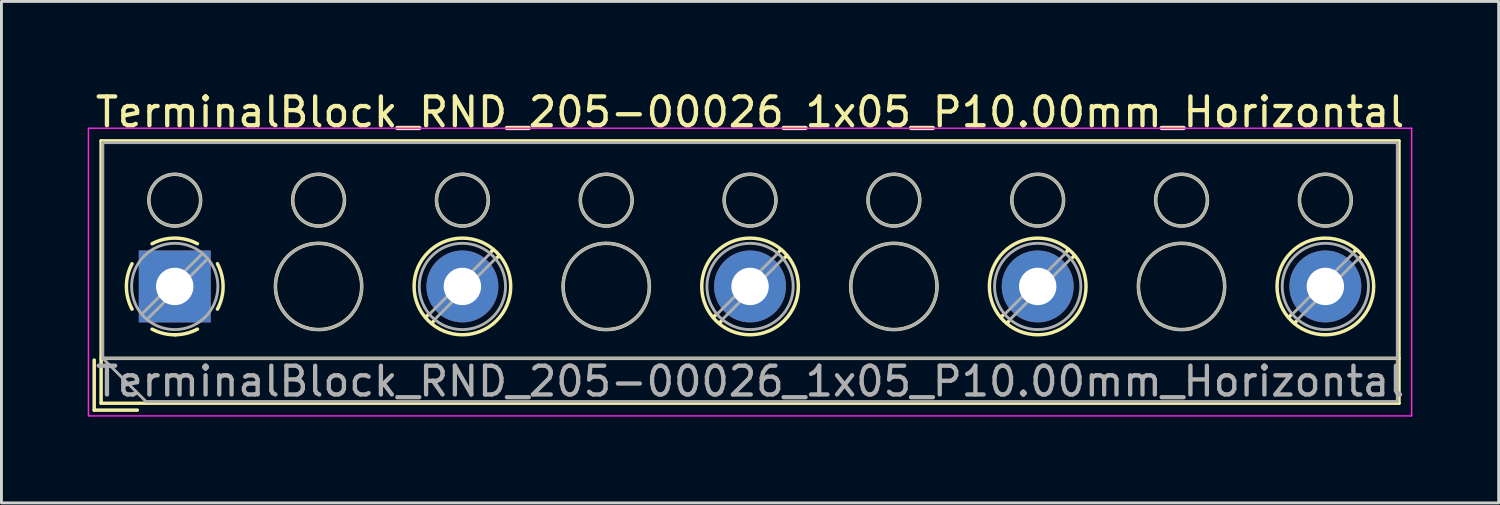
<source format=kicad_pcb>
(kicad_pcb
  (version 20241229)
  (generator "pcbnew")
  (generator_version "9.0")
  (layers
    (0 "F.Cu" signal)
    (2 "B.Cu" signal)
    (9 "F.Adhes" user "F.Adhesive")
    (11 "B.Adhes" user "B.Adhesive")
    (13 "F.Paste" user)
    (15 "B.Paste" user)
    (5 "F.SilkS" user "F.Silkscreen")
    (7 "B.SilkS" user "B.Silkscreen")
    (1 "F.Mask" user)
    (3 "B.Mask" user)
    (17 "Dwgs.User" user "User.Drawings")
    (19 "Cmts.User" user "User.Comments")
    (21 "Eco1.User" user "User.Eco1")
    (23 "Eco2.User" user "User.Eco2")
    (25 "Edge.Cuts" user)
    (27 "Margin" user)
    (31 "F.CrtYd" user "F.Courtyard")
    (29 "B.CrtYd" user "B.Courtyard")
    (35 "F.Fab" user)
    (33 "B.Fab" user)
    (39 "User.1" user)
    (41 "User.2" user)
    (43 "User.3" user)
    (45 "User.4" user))
  (footprint "TerminalBlock_RND_205-00026_1x05_P10.00mm_Horizontal"
    (layer "F.Cu")
    (at 3.025 6.908)
    (property "Reference" "TerminalBlock_RND_205-00026_1x05_P10.00mm_Horizontal" (at 20 -6.06 0) (layer "F.SilkS") (effects (font (size 1 1) (thickness 0.15))))
    (attr through_hole)
    (fp_line (start -2.8 2.56) (end -2.8 4.3) (stroke (width 0.12) (type solid)) (layer "F.SilkS"))
    (fp_line (start -2.8 4.3) (end -1.3 4.3) (stroke (width 0.12) (type solid)) (layer "F.SilkS"))
    (fp_line (start -2.56 -5.06) (end -2.56 4.06) (stroke (width 0.12) (type solid)) (layer "F.SilkS"))
    (fp_line (start -2.56 -5.06) (end 42.56 -5.06) (stroke (width 0.12) (type solid)) (layer "F.SilkS"))
    (fp_line (start -2.56 2.5) (end 42.56 2.5) (stroke (width 0.12) (type solid)) (layer "F.SilkS"))
    (fp_line (start -2.56 4.06) (end 42.56 4.06) (stroke (width 0.12) (type solid)) (layer "F.SilkS"))
    (fp_line (start 8.82 0.976) (end 8.726 1.069) (stroke (width 0.12) (type solid)) (layer "F.SilkS"))
    (fp_line (start 8.99 1.216) (end 8.931 1.274) (stroke (width 0.12) (type solid)) (layer "F.SilkS"))
    (fp_line (start 11.07 -1.275) (end 11.011 -1.216) (stroke (width 0.12) (type solid)) (layer "F.SilkS"))
    (fp_line (start 11.275 -1.069) (end 11.181 -0.976) (stroke (width 0.12) (type solid)) (layer "F.SilkS"))
    (fp_line (start 18.82 0.976) (end 18.726 1.069) (stroke (width 0.12) (type solid)) (layer "F.SilkS"))
    (fp_line (start 18.99 1.216) (end 18.931 1.274) (stroke (width 0.12) (type solid)) (layer "F.SilkS"))
    (fp_line (start 21.07 -1.275) (end 21.011 -1.216) (stroke (width 0.12) (type solid)) (layer "F.SilkS"))
    (fp_line (start 21.275 -1.069) (end 21.181 -0.976) (stroke (width 0.12) (type solid)) (layer "F.SilkS"))
    (fp_line (start 28.82 0.976) (end 28.726 1.069) (stroke (width 0.12) (type solid)) (layer "F.SilkS"))
    (fp_line (start 28.99 1.216) (end 28.931 1.274) (stroke (width 0.12) (type solid)) (layer "F.SilkS"))
    (fp_line (start 31.07 -1.275) (end 31.011 -1.216) (stroke (width 0.12) (type solid)) (layer "F.SilkS"))
    (fp_line (start 31.275 -1.069) (end 31.181 -0.976) (stroke (width 0.12) (type solid)) (layer "F.SilkS"))
    (fp_line (start 38.82 0.976) (end 38.726 1.069) (stroke (width 0.12) (type solid)) (layer "F.SilkS"))
    (fp_line (start 38.99 1.216) (end 38.931 1.274) (stroke (width 0.12) (type solid)) (layer "F.SilkS"))
    (fp_line (start 41.07 -1.275) (end 41.011 -1.216) (stroke (width 0.12) (type solid)) (layer "F.SilkS"))
    (fp_line (start 41.275 -1.069) (end 41.181 -0.976) (stroke (width 0.12) (type solid)) (layer "F.SilkS"))
    (fp_line (start 42.56 -5.06) (end 42.56 4.06) (stroke (width 0.12) (type solid)) (layer "F.SilkS"))
    (fp_arc (start -1.483953 0.789089) (mid -1.680708 0.00005) (end -1.484 -0.789) (stroke (width 0.12) (type solid)) (layer "F.SilkS"))
    (fp_arc (start -0.789089 -1.483953) (mid -0.00005 -1.680708) (end 0.789 -1.484) (stroke (width 0.12) (type solid)) (layer "F.SilkS"))
    (fp_arc (start 0.029383 1.68045) (mid -0.392304 1.634281) (end -0.789 1.484) (stroke (width 0.12) (type solid)) (layer "F.SilkS"))
    (fp_arc (start 0.788712 1.483352) (mid 0.406429 1.630097) (end 0 1.68) (stroke (width 0.12) (type solid)) (layer "F.SilkS"))
    (fp_arc (start 1.483953 -0.789089) (mid 1.680708 -0.00005) (end 1.484 0.789) (stroke (width 0.12) (type solid)) (layer "F.SilkS"))
    (fp_circle (center 0 -3) (end 0.9 -3) (stroke (width 0.12) (type solid)) (fill no) (layer "F.SilkS"))
    (fp_circle (center 5 -3) (end 5.9 -3) (stroke (width 0.12) (type solid)) (fill no) (layer "F.SilkS"))
    (fp_circle (center 5 0) (end 6.5 0) (stroke (width 0.12) (type solid)) (fill no) (layer "F.SilkS"))
    (fp_circle (center 10 -3) (end 10.9 -3) (stroke (width 0.12) (type solid)) (fill no) (layer "F.SilkS"))
    (fp_circle (center 10 0) (end 11.68 0) (stroke (width 0.12) (type solid)) (fill no) (layer "F.SilkS"))
    (fp_circle (center 15 -3) (end 15.9 -3) (stroke (width 0.12) (type solid)) (fill no) (layer "F.SilkS"))
    (fp_circle (center 15 0) (end 16.5 0) (stroke (width 0.12) (type solid)) (fill no) (layer "F.SilkS"))
    (fp_circle (center 20 -3) (end 20.9 -3) (stroke (width 0.12) (type solid)) (fill no) (layer "F.SilkS"))
    (fp_circle (center 20 0) (end 21.68 0) (stroke (width 0.12) (type solid)) (fill no) (layer "F.SilkS"))
    (fp_circle (center 25 -3) (end 25.9 -3) (stroke (width 0.12) (type solid)) (fill no) (layer "F.SilkS"))
    (fp_circle (center 25 0) (end 26.5 0) (stroke (width 0.12) (type solid)) (fill no) (layer "F.SilkS"))
    (fp_circle (center 30 -3) (end 30.9 -3) (stroke (width 0.12) (type solid)) (fill no) (layer "F.SilkS"))
    (fp_circle (center 30 0) (end 31.68 0) (stroke (width 0.12) (type solid)) (fill no) (layer "F.SilkS"))
    (fp_circle (center 35 -3) (end 35.9 -3) (stroke (width 0.12) (type solid)) (fill no) (layer "F.SilkS"))
    (fp_circle (center 35 0) (end 36.5 0) (stroke (width 0.12) (type solid)) (fill no) (layer "F.SilkS"))
    (fp_circle (center 40 -3) (end 40.9 -3) (stroke (width 0.12) (type solid)) (fill no) (layer "F.SilkS"))
    (fp_circle (center 40 0) (end 41.68 0) (stroke (width 0.12) (type solid)) (fill no) (layer "F.SilkS"))
    (fp_line (start -3 -5.5) (end -3 4.5) (stroke (width 0.05) (type solid)) (layer "F.CrtYd"))
    (fp_line (start -3 4.5) (end 43 4.5) (stroke (width 0.05) (type solid)) (layer "F.CrtYd"))
    (fp_line (start 43 -5.5) (end -3 -5.5) (stroke (width 0.05) (type solid)) (layer "F.CrtYd"))
    (fp_line (start 43 4.5) (end 43 -5.5) (stroke (width 0.05) (type solid)) (layer "F.CrtYd"))
    (fp_line (start -2.5 -5) (end 42.5 -5) (stroke (width 0.1) (type solid)) (layer "F.Fab"))
    (fp_line (start -2.5 2.5) (end -2.5 -5) (stroke (width 0.1) (type solid)) (layer "F.Fab"))
    (fp_line (start -2.5 2.5) (end 42.5 2.5) (stroke (width 0.1) (type solid)) (layer "F.Fab"))
    (fp_line (start -1 4) (end -2.5 2.5) (stroke (width 0.1) (type solid)) (layer "F.Fab"))
    (fp_line (start 0.955 -1.138) (end -1.138 0.955) (stroke (width 0.1) (type solid)) (layer "F.Fab"))
    (fp_line (start 1.138 -0.955) (end -0.955 1.138) (stroke (width 0.1) (type solid)) (layer "F.Fab"))
    (fp_line (start 10.955 -1.138) (end 8.863 0.955) (stroke (width 0.1) (type solid)) (layer "F.Fab"))
    (fp_line (start 11.138 -0.955) (end 9.046 1.138) (stroke (width 0.1) (type solid)) (layer "F.Fab"))
    (fp_line (start 20.955 -1.138) (end 18.863 0.955) (stroke (width 0.1) (type solid)) (layer "F.Fab"))
    (fp_line (start 21.138 -0.955) (end 19.046 1.138) (stroke (width 0.1) (type solid)) (layer "F.Fab"))
    (fp_line (start 30.955 -1.138) (end 28.863 0.955) (stroke (width 0.1) (type solid)) (layer "F.Fab"))
    (fp_line (start 31.138 -0.955) (end 29.046 1.138) (stroke (width 0.1) (type solid)) (layer "F.Fab"))
    (fp_line (start 40.955 -1.138) (end 38.863 0.955) (stroke (width 0.1) (type solid)) (layer "F.Fab"))
    (fp_line (start 41.138 -0.955) (end 39.046 1.138) (stroke (width 0.1) (type solid)) (layer "F.Fab"))
    (fp_line (start 42.5 -5) (end 42.5 4) (stroke (width 0.1) (type solid)) (layer "F.Fab"))
    (fp_line (start 42.5 4) (end -1 4) (stroke (width 0.1) (type solid)) (layer "F.Fab"))
    (fp_circle (center 0 -3) (end 0.9 -3) (stroke (width 0.1) (type solid)) (fill no) (layer "F.Fab"))
    (fp_circle (center 0 0) (end 1.5 0) (stroke (width 0.1) (type solid)) (fill no) (layer "F.Fab"))
    (fp_circle (center 5 -3) (end 5.9 -3) (stroke (width 0.1) (type solid)) (fill no) (layer "F.Fab"))
    (fp_circle (center 5 0) (end 6.5 0) (stroke (width 0.1) (type solid)) (fill no) (layer "F.Fab"))
    (fp_circle (center 10 -3) (end 10.9 -3) (stroke (width 0.1) (type solid)) (fill no) (layer "F.Fab"))
    (fp_circle (center 10 0) (end 11.5 0) (stroke (width 0.1) (type solid)) (fill no) (layer "F.Fab"))
    (fp_circle (center 15 -3) (end 15.9 -3) (stroke (width 0.1) (type solid)) (fill no) (layer "F.Fab"))
    (fp_circle (center 15 0) (end 16.5 0) (stroke (width 0.1) (type solid)) (fill no) (layer "F.Fab"))
    (fp_circle (center 20 -3) (end 20.9 -3) (stroke (width 0.1) (type solid)) (fill no) (layer "F.Fab"))
    (fp_circle (center 20 0) (end 21.5 0) (stroke (width 0.1) (type solid)) (fill no) (layer "F.Fab"))
    (fp_circle (center 25 -3) (end 25.9 -3) (stroke (width 0.1) (type solid)) (fill no) (layer "F.Fab"))
    (fp_circle (center 25 0) (end 26.5 0) (stroke (width 0.1) (type solid)) (fill no) (layer "F.Fab"))
    (fp_circle (center 30 -3) (end 30.9 -3) (stroke (width 0.1) (type solid)) (fill no) (layer "F.Fab"))
    (fp_circle (center 30 0) (end 31.5 0) (stroke (width 0.1) (type solid)) (fill no) (layer "F.Fab"))
    (fp_circle (center 35 -3) (end 35.9 -3) (stroke (width 0.1) (type solid)) (fill no) (layer "F.Fab"))
    (fp_circle (center 35 0) (end 36.5 0) (stroke (width 0.1) (type solid)) (fill no) (layer "F.Fab"))
    (fp_circle (center 40 -3) (end 40.9 -3) (stroke (width 0.1) (type solid)) (fill no) (layer "F.Fab"))
    (fp_circle (center 40 0) (end 41.5 0) (stroke (width 0.1) (type solid)) (fill no) (layer "F.Fab"))
    (fp_text user "${REFERENCE}" (at 20 3.3 0) (layer "F.Fab") (effects (font (size 1 1) (thickness 0.15))))
    (pad "1" thru_hole rect (at 0 0) (size 2.5 2.5) (drill 1.3) (layers "*.Cu" "*.Mask"))
    (pad "2" thru_hole circle (at 10 0) (size 2.5 2.5) (drill 1.3) (layers "*.Cu" "*.Mask"))
    (pad "3" thru_hole circle (at 20 0) (size 2.5 2.5) (drill 1.3) (layers "*.Cu" "*.Mask"))
    (pad "4" thru_hole circle (at 30 0) (size 2.5 2.5) (drill 1.3) (layers "*.Cu" "*.Mask"))
    (pad "5" thru_hole circle (at 40 0) (size 2.5 2.5) (drill 1.3) (layers "*.Cu" "*.Mask")))
  (gr_rect
    (start -3 -3)
    (end 49.05 14.433)
    (stroke (width 0.1) (type default))
    (fill no)
    (layer "Edge.Cuts")))
</source>
